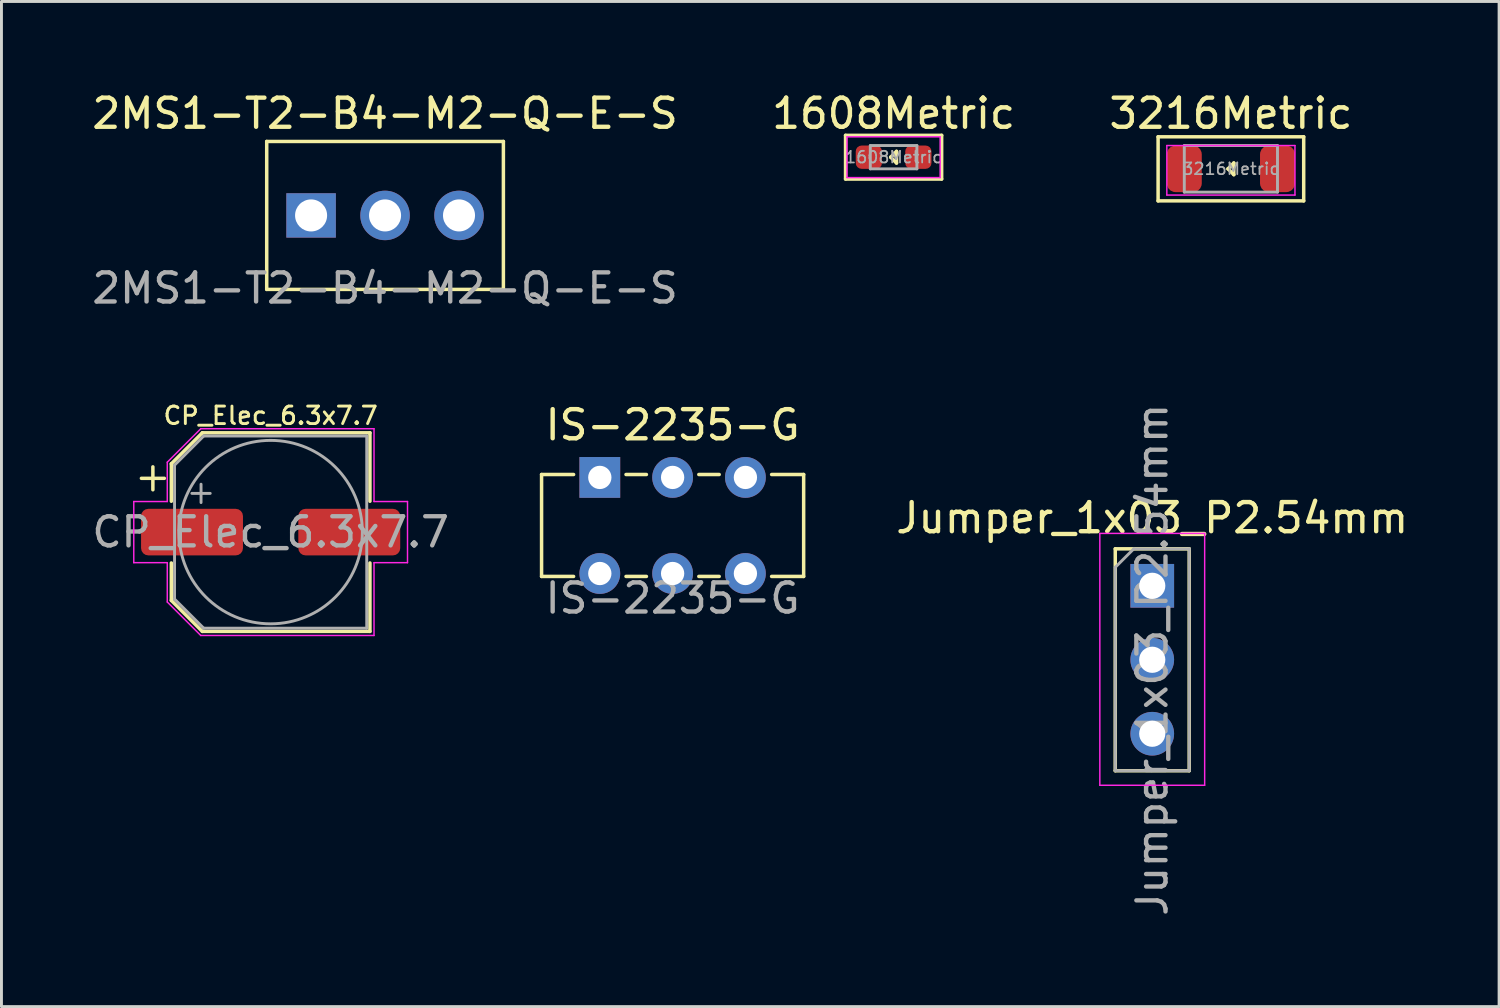
<source format=kicad_pcb>
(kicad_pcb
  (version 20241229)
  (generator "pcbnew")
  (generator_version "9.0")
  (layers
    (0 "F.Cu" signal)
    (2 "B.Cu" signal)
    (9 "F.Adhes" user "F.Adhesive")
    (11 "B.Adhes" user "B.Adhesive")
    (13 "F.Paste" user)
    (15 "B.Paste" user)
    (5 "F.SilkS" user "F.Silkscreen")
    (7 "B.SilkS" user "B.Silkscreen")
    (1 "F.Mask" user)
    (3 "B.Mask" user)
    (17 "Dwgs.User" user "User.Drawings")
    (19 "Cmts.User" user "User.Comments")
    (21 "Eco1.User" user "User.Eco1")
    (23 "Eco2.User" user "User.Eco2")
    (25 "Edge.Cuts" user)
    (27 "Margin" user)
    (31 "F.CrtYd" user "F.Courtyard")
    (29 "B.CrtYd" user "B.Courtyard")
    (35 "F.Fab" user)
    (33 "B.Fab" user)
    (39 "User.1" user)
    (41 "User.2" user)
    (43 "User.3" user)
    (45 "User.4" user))
  (footprint "3216Metric"
    (layer "F.Cu")
    (at 39.22 2.748)
    (property "Reference" "3216Metric" (at 0 -1.9 0) (layer "F.SilkS") (effects (font (size 1 1) (thickness 0.15))))
    (attr smd)
    (fp_line (start -2.5 -1.1) (end -2.5 1.1) (stroke (width 0.12) (type solid)) (layer "F.SilkS"))
    (fp_line (start -2.5 -1.1) (end 2.5 -1.1) (stroke (width 0.12) (type solid)) (layer "F.SilkS"))
    (fp_line (start -2.5 1.1) (end 2.5 1.1) (stroke (width 0.12) (type solid)) (layer "F.SilkS"))
    (fp_line (start -0.1 0) (end 0.1 -0.2) (stroke (width 0.12) (type solid)) (layer "F.SilkS"))
    (fp_line (start 0.1 -0.2) (end 0.1 0.2) (stroke (width 0.12) (type solid)) (layer "F.SilkS"))
    (fp_line (start 0.1 0.2) (end -0.1 0) (stroke (width 0.12) (type solid)) (layer "F.SilkS"))
    (fp_line (start 2.5 -1.1) (end 2.5 1.1) (stroke (width 0.12) (type solid)) (layer "F.SilkS"))
    (fp_line (start -2.2 -0.8) (end 2.2 -0.8) (stroke (width 0.05) (type solid)) (layer "F.CrtYd"))
    (fp_line (start -2.2 0.9) (end -2.2 -0.8) (stroke (width 0.05) (type solid)) (layer "F.CrtYd"))
    (fp_line (start 2.2 -0.8) (end 2.2 0.9) (stroke (width 0.05) (type solid)) (layer "F.CrtYd"))
    (fp_line (start 2.2 0.9) (end -2.2 0.9) (stroke (width 0.05) (type solid)) (layer "F.CrtYd"))
    (fp_line (start -1.6 -0.8) (end 1.6 -0.8) (stroke (width 0.1) (type solid)) (layer "F.Fab"))
    (fp_line (start -1.6 0.8) (end -1.6 -0.8) (stroke (width 0.1) (type solid)) (layer "F.Fab"))
    (fp_line (start 1.6 -0.8) (end 1.6 0.8) (stroke (width 0.1) (type solid)) (layer "F.Fab"))
    (fp_line (start 1.6 0.8) (end -1.6 0.8) (stroke (width 0.1) (type solid)) (layer "F.Fab"))
    (fp_text user "${REFERENCE}" (at 0 0 0) (layer "F.Fab") (effects (font (size 0.4 0.4) (thickness 0.06))))
    (pad "1" smd roundrect (at -1.6 0) (size 1.2 1.6) (layers "F.Cu" "F.Mask" "F.Paste") (roundrect_rratio 0.25))
    (pad "2" smd roundrect (at 1.6 0) (size 1.2 1.6) (layers "F.Cu" "F.Mask" "F.Paste") (roundrect_rratio 0.25)))
  (footprint "1608Metric"
    (layer "F.Cu")
    (at 27.637 2.348)
    (property "Reference" "1608Metric" (at 0 -1.5 0) (layer "F.SilkS") (effects (font (size 1 1) (thickness 0.15))))
    (attr smd)
    (fp_line (start -1.65 -0.75) (end -1.65 0.75) (stroke (width 0.12) (type solid)) (layer "F.SilkS"))
    (fp_line (start -1.65 -0.75) (end 1.65 -0.75) (stroke (width 0.12) (type solid)) (layer "F.SilkS"))
    (fp_line (start -1.65 0.75) (end 1.65 0.75) (stroke (width 0.12) (type solid)) (layer "F.SilkS"))
    (fp_line (start -0.1 0) (end 0.1 -0.2) (stroke (width 0.12) (type solid)) (layer "F.SilkS"))
    (fp_line (start 0.1 -0.2) (end 0.1 0.2) (stroke (width 0.12) (type solid)) (layer "F.SilkS"))
    (fp_line (start 0.1 0.2) (end -0.1 0) (stroke (width 0.12) (type solid)) (layer "F.SilkS"))
    (fp_line (start 1.65 -0.75) (end 1.65 0.75) (stroke (width 0.12) (type solid)) (layer "F.SilkS"))
    (fp_line (start -1.6 -0.7) (end 1.6 -0.7) (stroke (width 0.05) (type solid)) (layer "F.CrtYd"))
    (fp_line (start -1.6 0.7) (end -1.6 -0.7) (stroke (width 0.05) (type solid)) (layer "F.CrtYd"))
    (fp_line (start 1.6 -0.7) (end 1.6 0.7) (stroke (width 0.05) (type solid)) (layer "F.CrtYd"))
    (fp_line (start 1.6 0.7) (end -1.6 0.7) (stroke (width 0.05) (type solid)) (layer "F.CrtYd"))
    (fp_line (start -0.8 -0.4) (end 0.8 -0.4) (stroke (width 0.1) (type solid)) (layer "F.Fab"))
    (fp_line (start -0.8 0.4) (end -0.8 -0.4) (stroke (width 0.1) (type solid)) (layer "F.Fab"))
    (fp_line (start 0.8 -0.4) (end 0.8 0.4) (stroke (width 0.1) (type solid)) (layer "F.Fab"))
    (fp_line (start 0.8 0.4) (end -0.8 0.4) (stroke (width 0.1) (type solid)) (layer "F.Fab"))
    (fp_text user "${REFERENCE}" (at 0 0 0) (layer "F.Fab") (effects (font (size 0.4 0.4) (thickness 0.06))))
    (pad "1" smd roundrect (at -0.85 0) (size 0.9 0.8) (layers "F.Cu" "F.Mask" "F.Paste") (roundrect_rratio 0.25))
    (pad "2" smd roundrect (at 0.85 0) (size 0.9 0.8) (layers "F.Cu" "F.Mask" "F.Paste") (roundrect_rratio 0.25)))
  (footprint "IS-2235-G"
    (layer "F.Cu")
    (at 20.048 14.995)
    (property "Reference" "IS-2235-G" (at 0 -3.45 0) (unlocked yes) (layer "F.SilkS") (effects (font (size 1 1) (thickness 0.15))))
    (attr through_hole)
    (fp_line (start -4.5 -1.75) (end -4.5 1.75) (stroke (width 0.12) (type solid)) (layer "F.SilkS"))
    (fp_line (start -4.5 -1.75) (end -3.4 -1.75) (stroke (width 0.12) (type solid)) (layer "F.SilkS"))
    (fp_line (start -4.5 1.75) (end -3.4 1.75) (stroke (width 0.12) (type solid)) (layer "F.SilkS"))
    (fp_line (start -1.6 -1.75) (end -0.9 -1.75) (stroke (width 0.12) (type solid)) (layer "F.SilkS"))
    (fp_line (start -0.9 1.75) (end -1.6 1.75) (stroke (width 0.12) (type solid)) (layer "F.SilkS"))
    (fp_line (start 0.9 -1.75) (end 1.6 -1.75) (stroke (width 0.12) (type solid)) (layer "F.SilkS"))
    (fp_line (start 1.6 1.75) (end 0.9 1.75) (stroke (width 0.12) (type solid)) (layer "F.SilkS"))
    (fp_line (start 4.5 -1.75) (end 3.4 -1.75) (stroke (width 0.12) (type solid)) (layer "F.SilkS"))
    (fp_line (start 4.5 -1.75) (end 4.5 1.75) (stroke (width 0.12) (type solid)) (layer "F.SilkS"))
    (fp_line (start 4.5 1.75) (end 3.4 1.75) (stroke (width 0.12) (type solid)) (layer "F.SilkS"))
    (fp_text user "${REFERENCE}" (at 0 2.5 0) (unlocked yes) (layer "F.Fab") (effects (font (size 1 1) (thickness 0.15))))
    (pad "1" thru_hole rect (at -2.5 -1.65) (size 1.4 1.4) (drill 0.8) (layers "*.Cu" "*.Mask"))
    (pad "2" thru_hole circle (at 0 -1.65) (size 1.4 1.4) (drill 0.8) (layers "*.Cu" "*.Mask"))
    (pad "3" thru_hole circle (at 2.5 -1.65) (size 1.4 1.4) (drill 0.8) (layers "*.Cu" "*.Mask"))
    (pad "4" thru_hole circle (at -2.5 1.65) (size 1.4 1.4) (drill 0.8) (layers "*.Cu" "*.Mask"))
    (pad "5" thru_hole circle (at 0 1.65) (size 1.4 1.4) (drill 0.8) (layers "*.Cu" "*.Mask"))
    (pad "6" thru_hole circle (at 2.5 1.65) (size 1.4 1.4) (drill 0.8) (layers "*.Cu" "*.Mask")))
  (footprint "CP_Elec_6.3x7.7"
    (layer "F.Cu")
    (at 6.244 15.223)
    (property "Reference" "CP_Elec_6.3x7.7" (at 0 -4 0) (layer "F.SilkS") (effects (font (size 0.6 0.6) (thickness 0.1))))
    (attr smd)
    (fp_line (start -4.438 -1.847) (end -3.65 -1.847) (stroke (width 0.12) (type solid)) (layer "F.SilkS"))
    (fp_line (start -4.044 -2.241) (end -4.044 -1.454) (stroke (width 0.12) (type solid)) (layer "F.SilkS"))
    (fp_line (start -3.41 -2.346) (end -3.41 -1.06) (stroke (width 0.12) (type solid)) (layer "F.SilkS"))
    (fp_line (start -3.41 -2.346) (end -2.346 -3.41) (stroke (width 0.12) (type solid)) (layer "F.SilkS"))
    (fp_line (start -3.41 2.346) (end -3.41 1.06) (stroke (width 0.12) (type solid)) (layer "F.SilkS"))
    (fp_line (start -3.41 2.346) (end -2.346 3.41) (stroke (width 0.12) (type solid)) (layer "F.SilkS"))
    (fp_line (start -2.346 -3.41) (end 3.41 -3.41) (stroke (width 0.12) (type solid)) (layer "F.SilkS"))
    (fp_line (start -2.346 3.41) (end 3.41 3.41) (stroke (width 0.12) (type solid)) (layer "F.SilkS"))
    (fp_line (start 3.41 -3.41) (end 3.41 -1.06) (stroke (width 0.12) (type solid)) (layer "F.SilkS"))
    (fp_line (start 3.41 3.41) (end 3.41 1.06) (stroke (width 0.12) (type solid)) (layer "F.SilkS"))
    (fp_line (start -4.7 -1.05) (end -4.7 1.05) (stroke (width 0.05) (type solid)) (layer "F.CrtYd"))
    (fp_line (start -4.7 1.05) (end -3.55 1.05) (stroke (width 0.05) (type solid)) (layer "F.CrtYd"))
    (fp_line (start -3.55 -2.4) (end -3.55 -1.05) (stroke (width 0.05) (type solid)) (layer "F.CrtYd"))
    (fp_line (start -3.55 -2.4) (end -2.4 -3.55) (stroke (width 0.05) (type solid)) (layer "F.CrtYd"))
    (fp_line (start -3.55 -1.05) (end -4.7 -1.05) (stroke (width 0.05) (type solid)) (layer "F.CrtYd"))
    (fp_line (start -3.55 1.05) (end -3.55 2.4) (stroke (width 0.05) (type solid)) (layer "F.CrtYd"))
    (fp_line (start -3.55 2.4) (end -2.4 3.55) (stroke (width 0.05) (type solid)) (layer "F.CrtYd"))
    (fp_line (start -2.4 -3.55) (end 3.55 -3.55) (stroke (width 0.05) (type solid)) (layer "F.CrtYd"))
    (fp_line (start -2.4 3.55) (end 3.55 3.55) (stroke (width 0.05) (type solid)) (layer "F.CrtYd"))
    (fp_line (start 3.55 -3.55) (end 3.55 -1.05) (stroke (width 0.05) (type solid)) (layer "F.CrtYd"))
    (fp_line (start 3.55 -1.05) (end 4.7 -1.05) (stroke (width 0.05) (type solid)) (layer "F.CrtYd"))
    (fp_line (start 3.55 1.05) (end 3.55 3.55) (stroke (width 0.05) (type solid)) (layer "F.CrtYd"))
    (fp_line (start 4.7 -1.05) (end 4.7 1.05) (stroke (width 0.05) (type solid)) (layer "F.CrtYd"))
    (fp_line (start 4.7 1.05) (end 3.55 1.05) (stroke (width 0.05) (type solid)) (layer "F.CrtYd"))
    (fp_line (start -3.3 -2.3) (end -3.3 2.3) (stroke (width 0.1) (type solid)) (layer "F.Fab"))
    (fp_line (start -3.3 -2.3) (end -2.3 -3.3) (stroke (width 0.1) (type solid)) (layer "F.Fab"))
    (fp_line (start -3.3 2.3) (end -2.3 3.3) (stroke (width 0.1) (type solid)) (layer "F.Fab"))
    (fp_line (start -2.705 -1.33) (end -2.075 -1.33) (stroke (width 0.1) (type solid)) (layer "F.Fab"))
    (fp_line (start -2.39 -1.645) (end -2.39 -1.015) (stroke (width 0.1) (type solid)) (layer "F.Fab"))
    (fp_line (start -2.3 -3.3) (end 3.3 -3.3) (stroke (width 0.1) (type solid)) (layer "F.Fab"))
    (fp_line (start -2.3 3.3) (end 3.3 3.3) (stroke (width 0.1) (type solid)) (layer "F.Fab"))
    (fp_line (start 3.3 -3.3) (end 3.3 3.3) (stroke (width 0.1) (type solid)) (layer "F.Fab"))
    (fp_circle (center 0 0) (end 3.15 0) (stroke (width 0.1) (type solid)) (fill no) (layer "F.Fab"))
    (fp_text user "${REFERENCE}" (at 0 0 0) (layer "F.Fab") (effects (font (size 1 1) (thickness 0.15))))
    (pad "1" smd roundrect (at -2.7 0) (size 3.5 1.6) (layers "F.Cu" "F.Mask" "F.Paste") (roundrect_rratio 0.156))
    (pad "2" smd roundrect (at 2.7 0) (size 3.5 1.6) (layers "F.Cu" "F.Mask" "F.Paste") (roundrect_rratio 0.156)))
  (footprint "2MS1-T2-B4-M2-Q-E-S"
    (layer "F.Cu")
    (at 10.173 4.348)
    (property "Reference" "2MS1-T2-B4-M2-Q-E-S" (at 0 -3.5 0) (unlocked yes) (layer "F.SilkS") (effects (font (size 1 1) (thickness 0.15))))
    (attr through_hole)
    (fp_line (start -4.064 -2.54) (end 4.064 -2.54) (stroke (width 0.12) (type solid)) (layer "F.SilkS"))
    (fp_line (start -4.064 2.54) (end -4.064 -2.54) (stroke (width 0.12) (type solid)) (layer "F.SilkS"))
    (fp_line (start 4.064 -2.54) (end 4.064 2.54) (stroke (width 0.12) (type solid)) (layer "F.SilkS"))
    (fp_line (start 4.064 2.54) (end -4.064 2.54) (stroke (width 0.12) (type solid)) (layer "F.SilkS"))
    (fp_text user "${REFERENCE}" (at 0 2.5 0) (unlocked yes) (layer "F.Fab") (effects (font (size 1 1) (thickness 0.15))))
    (pad "1" thru_hole rect (at -2.54 0) (size 1.7 1.524) (drill 1.1) (layers "*.Cu" "*.Mask"))
    (pad "2" thru_hole circle (at 0 0) (size 1.7 1.7) (drill 1.1) (layers "*.Cu" "*.Mask"))
    (pad "3" thru_hole circle (at 2.54 0) (size 1.7 1.7) (drill 1.1) (layers "*.Cu" "*.Mask")))
  (footprint "Jumper_1x03_P2.54mm"
    (layer "F.Cu")
    (at 36.519 17.067)
    (property "Reference" "Jumper_1x03_P2.54mm" (at 0 -2.33 0) (layer "F.SilkS") (effects (font (size 1 1) (thickness 0.15))))
    (attr through_hole)
    (fp_line (start -1.27 -1.27) (end 1.27 -1.27) (stroke (width 0.12) (type solid)) (layer "F.SilkS"))
    (fp_line (start -1.27 6.35) (end -1.27 -1.27) (stroke (width 0.12) (type solid)) (layer "F.SilkS"))
    (fp_line (start 1.27 -1.27) (end 1.27 6.35) (stroke (width 0.12) (type solid)) (layer "F.SilkS"))
    (fp_line (start 1.27 6.35) (end -1.27 6.35) (stroke (width 0.12) (type solid)) (layer "F.SilkS"))
    (fp_line (start -1.8 -1.8) (end -1.8 6.85) (stroke (width 0.05) (type solid)) (layer "F.CrtYd"))
    (fp_line (start -1.8 6.85) (end 1.8 6.85) (stroke (width 0.05) (type solid)) (layer "F.CrtYd"))
    (fp_line (start 1.8 -1.8) (end -1.8 -1.8) (stroke (width 0.05) (type solid)) (layer "F.CrtYd"))
    (fp_line (start 1.8 6.85) (end 1.8 -1.8) (stroke (width 0.05) (type solid)) (layer "F.CrtYd"))
    (fp_line (start -1.27 -0.635) (end -0.635 -1.27) (stroke (width 0.1) (type solid)) (layer "F.Fab"))
    (fp_line (start -1.27 6.35) (end -1.27 -0.635) (stroke (width 0.1) (type solid)) (layer "F.Fab"))
    (fp_line (start -0.635 -1.27) (end 1.27 -1.27) (stroke (width 0.1) (type solid)) (layer "F.Fab"))
    (fp_line (start 1.27 -1.27) (end 1.27 6.35) (stroke (width 0.1) (type solid)) (layer "F.Fab"))
    (fp_line (start 1.27 6.35) (end -1.27 6.35) (stroke (width 0.1) (type solid)) (layer "F.Fab"))
    (fp_text user "${REFERENCE}" (at 0 2.54 90) (layer "F.Fab") (effects (font (size 1 1) (thickness 0.15))))
    (pad "1" thru_hole rect (at 0 0) (size 1.5 1.5) (drill 0.9) (layers "*.Cu" "*.Mask"))
    (pad "2" thru_hole oval (at 0 2.54) (size 1.5 1.5) (drill 0.9) (layers "*.Cu" "*.Mask"))
    (pad "3" thru_hole oval (at 0 5.08) (size 1.5 1.5) (drill 0.9) (layers "*.Cu" "*.Mask")))
  (gr_rect
    (start -3 -3)
    (end 48.43 31.518)
    (stroke (width 0.1) (type default))
    (fill no)
    (layer "Edge.Cuts")))
</source>
